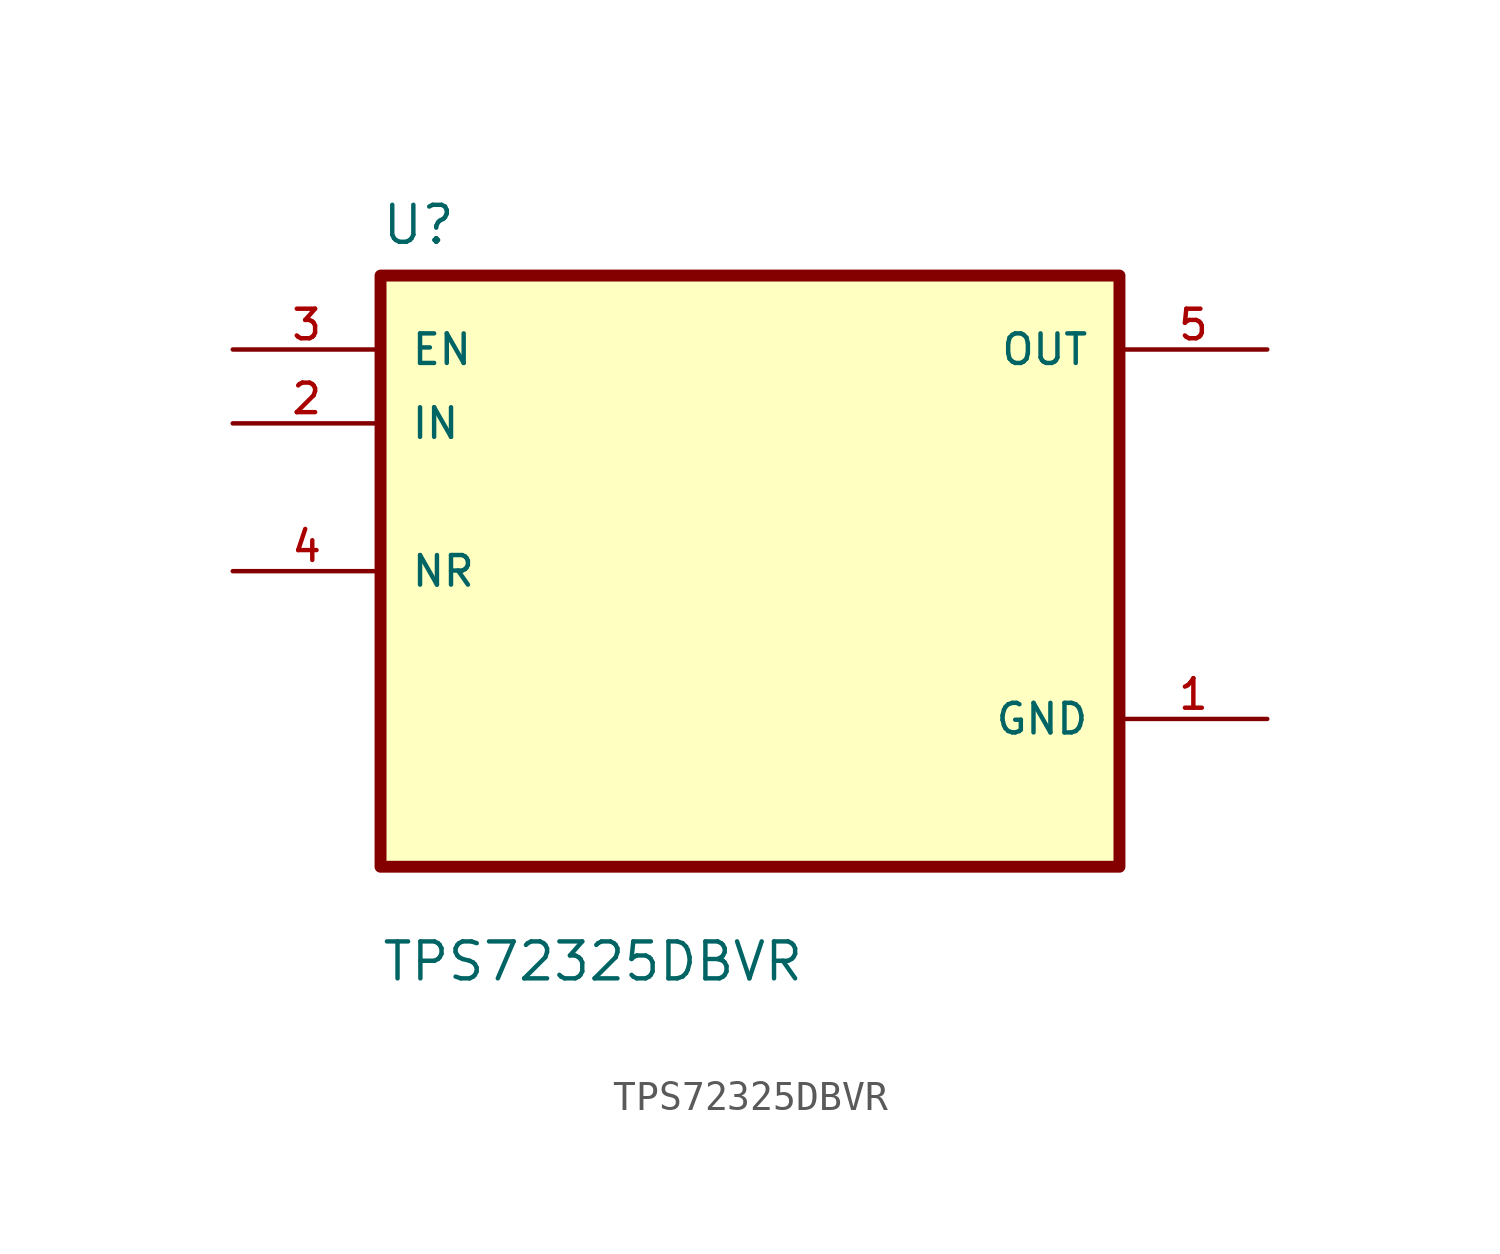
<source format=kicad_sym>
(kicad_symbol_lib
  (version 20220914)
  (generator kicad_symbol_editor)
  (symbol "TPS72325DBVR"
    (pin_names
      (offset 1.016))
    (property "Reference" "U"
      (at -12.7 11.16 0)
      (effects (font (size 1.27 1.27)) (justify left bottom)))
    (property "Value" "TPS72325DBVR"
      (at -12.7 -14.16 0)
      (effects (font (size 1.27 1.27)) (justify left bottom)))
    (symbol "TPS72325DBVR_0_0"
      (rectangle (start -12.7 -10.16) (end 12.7 10.16) (stroke (width 0.41) (type default)) (fill (type background)))
      (pin power_in line (at 17.78 -5.08 180) (length 5.08) (name "GND" (effects (font (size 1.016 1.016)))) (number "1" (effects (font (size 1.016 1.016)))))
      (pin input line (at -17.78 5.08 0) (length 5.08) (name "IN" (effects (font (size 1.016 1.016)))) (number "2" (effects (font (size 1.016 1.016)))))
      (pin input line (at -17.78 7.62 0) (length 5.08) (name "EN" (effects (font (size 1.016 1.016)))) (number "3" (effects (font (size 1.016 1.016)))))
      (pin bidirectional line (at -17.78 0 0) (length 5.08) (name "NR" (effects (font (size 1.016 1.016)))) (number "4" (effects (font (size 1.016 1.016)))))
      (pin output line (at 17.78 7.62 180) (length 5.08) (name "OUT" (effects (font (size 1.016 1.016)))) (number "5" (effects (font (size 1.016 1.016))))))))
</source>
